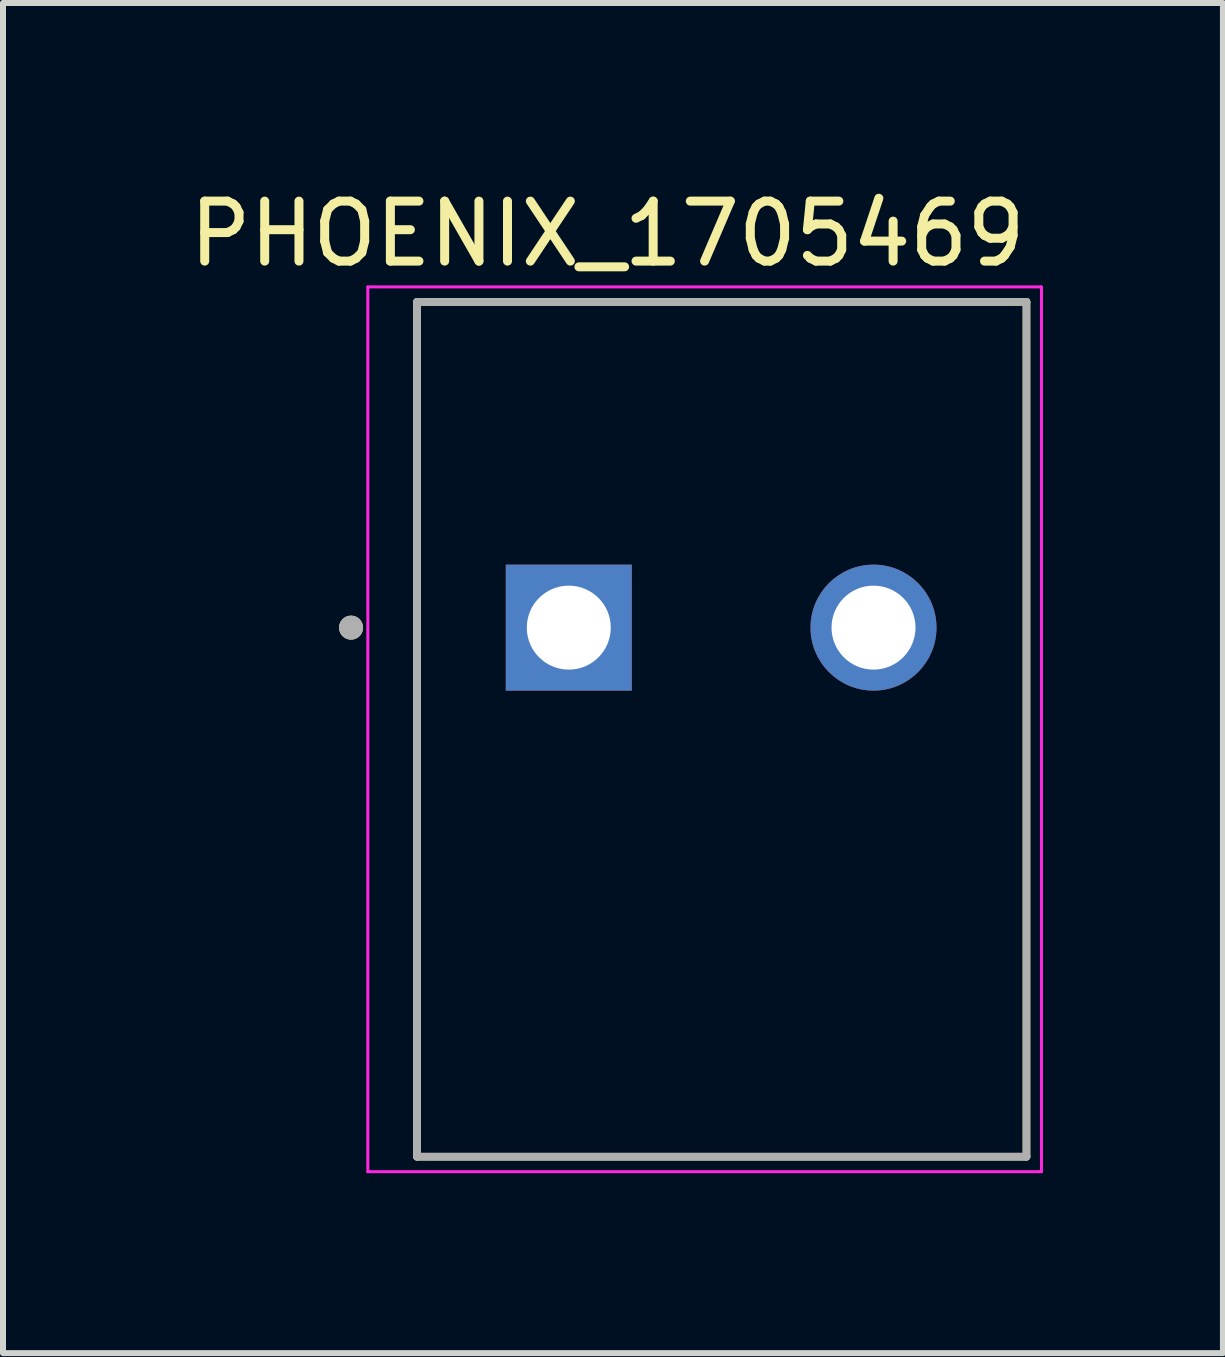
<source format=kicad_pcb>
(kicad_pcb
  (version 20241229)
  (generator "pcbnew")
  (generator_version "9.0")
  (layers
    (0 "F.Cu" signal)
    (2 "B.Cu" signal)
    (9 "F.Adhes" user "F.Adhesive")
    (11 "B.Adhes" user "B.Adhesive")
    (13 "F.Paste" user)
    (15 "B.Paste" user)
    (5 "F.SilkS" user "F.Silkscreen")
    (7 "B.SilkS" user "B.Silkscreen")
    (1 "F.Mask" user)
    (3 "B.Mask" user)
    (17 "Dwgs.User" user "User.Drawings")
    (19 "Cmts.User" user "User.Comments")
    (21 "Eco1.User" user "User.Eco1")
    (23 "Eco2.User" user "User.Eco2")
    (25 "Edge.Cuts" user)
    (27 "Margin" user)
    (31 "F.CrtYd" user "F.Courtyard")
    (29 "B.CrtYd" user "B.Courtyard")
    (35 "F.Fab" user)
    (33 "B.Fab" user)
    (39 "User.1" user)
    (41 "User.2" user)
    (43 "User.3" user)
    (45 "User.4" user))
  (footprint "PHOENIX_1705469"
    (layer "F.Cu")
    (at 3.902 16.233)
    (property "Reference" "PHOENIX_1705469" (at 3.175 -15.385 0) (layer "F.SilkS") (effects (font (size 1 1) (thickness 0.15))))
    (attr through_hole)
    (fp_line (start 0 0) (end 0 -14.25) (stroke (width 0.127) (type solid)) (layer "F.SilkS"))
    (fp_line (start 10.16 -14.25) (end 0 -14.25) (stroke (width 0.127) (type solid)) (layer "F.SilkS"))
    (fp_line (start 10.16 0) (end 0 0) (stroke (width 0.127) (type solid)) (layer "F.SilkS"))
    (fp_line (start 10.16 0) (end 10.16 -14.25) (stroke (width 0.127) (type solid)) (layer "F.SilkS"))
    (fp_circle (center -1.1 -8.82) (end -1 -8.82) (stroke (width 0.2) (type solid)) (fill no) (layer "F.SilkS"))
    (fp_line (start -0.82 -14.5) (end 10.41 -14.5) (stroke (width 0.05) (type solid)) (layer "F.CrtYd"))
    (fp_line (start -0.82 0.25) (end -0.82 -14.5) (stroke (width 0.05) (type solid)) (layer "F.CrtYd"))
    (fp_line (start 10.41 -14.5) (end 10.41 0.25) (stroke (width 0.05) (type solid)) (layer "F.CrtYd"))
    (fp_line (start 10.41 0.25) (end -0.82 0.25) (stroke (width 0.05) (type solid)) (layer "F.CrtYd"))
    (fp_line (start 0 0) (end 0 -14.25) (stroke (width 0.127) (type solid)) (layer "F.Fab"))
    (fp_line (start 10.16 -14.25) (end 0 -14.25) (stroke (width 0.127) (type solid)) (layer "F.Fab"))
    (fp_line (start 10.16 0) (end 0 0) (stroke (width 0.127) (type solid)) (layer "F.Fab"))
    (fp_line (start 10.16 0) (end 10.16 -14.25) (stroke (width 0.127) (type solid)) (layer "F.Fab"))
    (fp_circle (center -1.1 -8.82) (end -1 -8.82) (stroke (width 0.2) (type solid)) (fill no) (layer "F.Fab"))
    (pad "1" thru_hole rect (at 2.53 -8.82) (size 2.1 2.1) (drill 1.4) (layers "*.Cu" "*.Mask"))
    (pad "2" thru_hole circle (at 7.61 -8.82) (size 2.1 2.1) (drill 1.4) (layers "*.Cu" "*.Mask")))
  (gr_rect
    (start -3 -3)
    (end 17.337 19.508)
    (stroke (width 0.1) (type default))
    (fill no)
    (layer "Edge.Cuts")))
</source>
